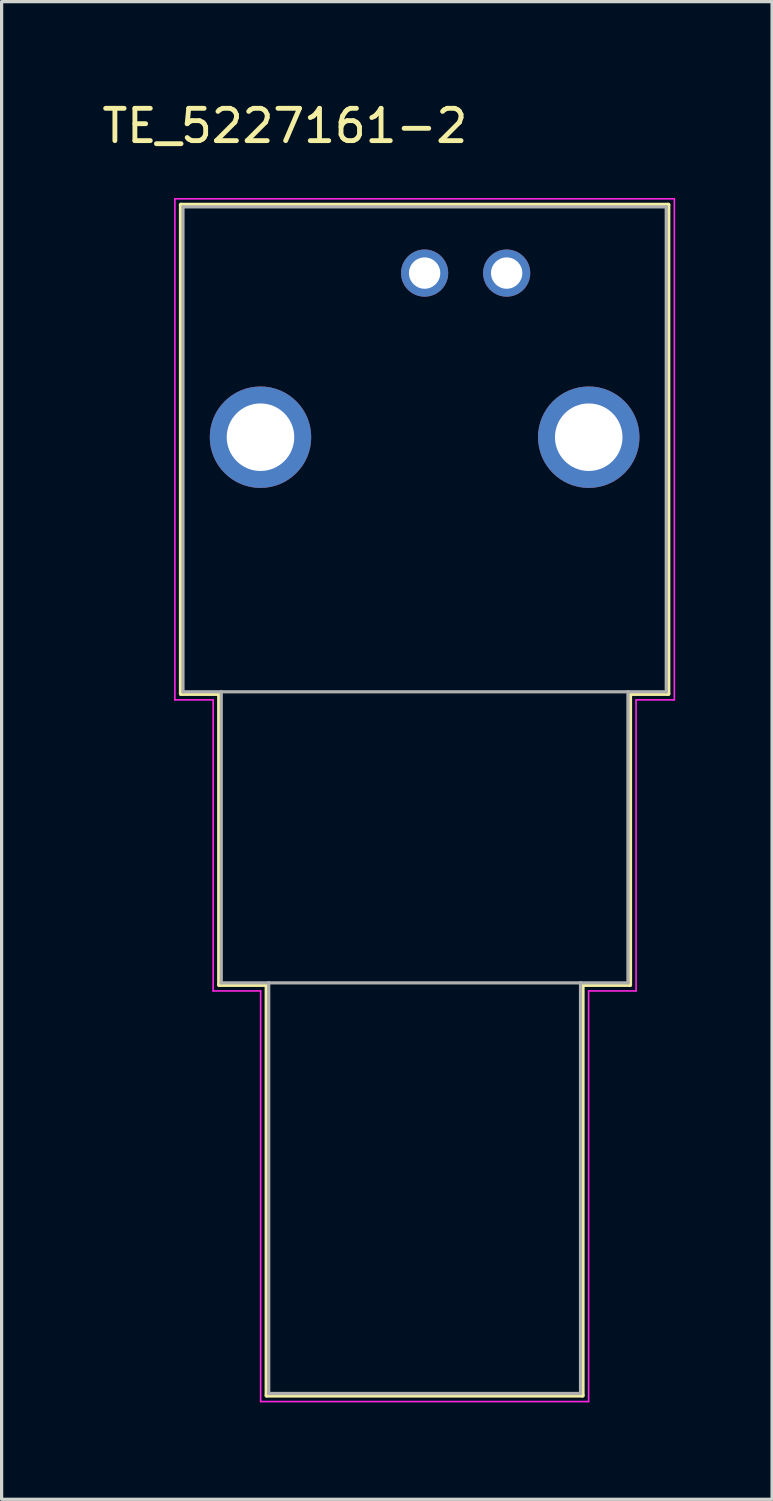
<source format=kicad_pcb>
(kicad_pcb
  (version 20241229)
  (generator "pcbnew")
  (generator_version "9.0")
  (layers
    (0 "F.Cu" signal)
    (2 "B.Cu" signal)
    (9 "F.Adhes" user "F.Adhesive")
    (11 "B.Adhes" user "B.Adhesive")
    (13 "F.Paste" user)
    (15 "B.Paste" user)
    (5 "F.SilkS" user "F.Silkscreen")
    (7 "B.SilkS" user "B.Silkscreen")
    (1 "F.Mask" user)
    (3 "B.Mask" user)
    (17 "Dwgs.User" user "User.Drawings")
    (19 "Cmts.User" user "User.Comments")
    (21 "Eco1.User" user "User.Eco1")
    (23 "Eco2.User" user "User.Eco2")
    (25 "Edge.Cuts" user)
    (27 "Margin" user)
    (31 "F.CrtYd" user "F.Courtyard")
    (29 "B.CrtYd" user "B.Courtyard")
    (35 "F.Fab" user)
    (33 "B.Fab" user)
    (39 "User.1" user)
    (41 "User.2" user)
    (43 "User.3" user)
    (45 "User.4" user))
  (footprint "TE_5227161-2"
    (layer "F.Cu")
    (at 10.093 10.483)
    (property "Reference" "TE_5227161-2" (at -4.325 -9.635 0) (layer "F.SilkS") (effects (font (size 1 1) (thickness 0.15))))
    (attr through_hole)
    (fp_line (start -7.543 -7.194) (end 7.543 -7.194) (stroke (width 0.127) (type solid)) (layer "F.SilkS"))
    (fp_line (start -7.543 7.944) (end -7.543 -7.194) (stroke (width 0.127) (type solid)) (layer "F.SilkS"))
    (fp_line (start -6.359 7.944) (end -7.543 7.944) (stroke (width 0.127) (type solid)) (layer "F.SilkS"))
    (fp_line (start -6.359 16.953) (end -6.359 7.944) (stroke (width 0.127) (type solid)) (layer "F.SilkS"))
    (fp_line (start -4.889 16.953) (end -6.359 16.953) (stroke (width 0.127) (type solid)) (layer "F.SilkS"))
    (fp_line (start -4.889 29.663) (end -4.889 16.953) (stroke (width 0.127) (type solid)) (layer "F.SilkS"))
    (fp_line (start 4.889 16.953) (end 4.889 29.663) (stroke (width 0.127) (type solid)) (layer "F.SilkS"))
    (fp_line (start 4.889 29.663) (end -4.889 29.663) (stroke (width 0.127) (type solid)) (layer "F.SilkS"))
    (fp_line (start 6.359 7.944) (end 6.359 16.953) (stroke (width 0.127) (type solid)) (layer "F.SilkS"))
    (fp_line (start 6.359 16.953) (end 4.889 16.953) (stroke (width 0.127) (type solid)) (layer "F.SilkS"))
    (fp_line (start 7.543 -7.194) (end 7.543 7.944) (stroke (width 0.127) (type solid)) (layer "F.SilkS"))
    (fp_line (start 7.543 7.944) (end 6.359 7.944) (stroke (width 0.127) (type solid)) (layer "F.SilkS"))
    (fp_line (start -7.73 -7.38) (end 7.73 -7.38) (stroke (width 0.05) (type solid)) (layer "F.CrtYd"))
    (fp_line (start -7.73 8.13) (end -7.73 -7.38) (stroke (width 0.05) (type solid)) (layer "F.CrtYd"))
    (fp_line (start -6.545 8.13) (end -7.73 8.13) (stroke (width 0.05) (type solid)) (layer "F.CrtYd"))
    (fp_line (start -6.545 17.14) (end -6.545 8.13) (stroke (width 0.05) (type solid)) (layer "F.CrtYd"))
    (fp_line (start -5.076 17.14) (end -6.545 17.14) (stroke (width 0.05) (type solid)) (layer "F.CrtYd"))
    (fp_line (start -5.076 29.85) (end -5.076 17.14) (stroke (width 0.05) (type solid)) (layer "F.CrtYd"))
    (fp_line (start 5.076 17.14) (end 5.076 29.85) (stroke (width 0.05) (type solid)) (layer "F.CrtYd"))
    (fp_line (start 5.076 29.85) (end -5.076 29.85) (stroke (width 0.05) (type solid)) (layer "F.CrtYd"))
    (fp_line (start 6.545 8.13) (end 6.545 17.14) (stroke (width 0.05) (type solid)) (layer "F.CrtYd"))
    (fp_line (start 6.545 17.14) (end 5.076 17.14) (stroke (width 0.05) (type solid)) (layer "F.CrtYd"))
    (fp_line (start 7.73 -7.38) (end 7.73 8.13) (stroke (width 0.05) (type solid)) (layer "F.CrtYd"))
    (fp_line (start 7.73 8.13) (end 6.545 8.13) (stroke (width 0.05) (type solid)) (layer "F.CrtYd"))
    (fp_line (start -7.48 -7.13) (end -7.48 7.88) (stroke (width 0.1) (type solid)) (layer "F.Fab"))
    (fp_line (start -7.48 -7.13) (end 7.48 -7.13) (stroke (width 0.1) (type solid)) (layer "F.Fab"))
    (fp_line (start -7.48 7.88) (end -6.295 7.88) (stroke (width 0.1) (type solid)) (layer "F.Fab"))
    (fp_line (start -6.295 7.88) (end -6.295 16.89) (stroke (width 0.1) (type solid)) (layer "F.Fab"))
    (fp_line (start -6.295 7.88) (end 6.295 7.88) (stroke (width 0.1) (type solid)) (layer "F.Fab"))
    (fp_line (start -6.295 16.89) (end -4.826 16.89) (stroke (width 0.1) (type solid)) (layer "F.Fab"))
    (fp_line (start -4.826 16.89) (end -4.826 29.6) (stroke (width 0.1) (type solid)) (layer "F.Fab"))
    (fp_line (start -4.826 16.89) (end 4.826 16.89) (stroke (width 0.1) (type solid)) (layer "F.Fab"))
    (fp_line (start -4.826 29.6) (end 4.826 29.6) (stroke (width 0.1) (type solid)) (layer "F.Fab"))
    (fp_line (start 4.826 16.89) (end 4.826 29.6) (stroke (width 0.1) (type solid)) (layer "F.Fab"))
    (fp_line (start 4.826 16.89) (end 6.295 16.89) (stroke (width 0.1) (type solid)) (layer "F.Fab"))
    (fp_line (start 6.295 7.88) (end 6.295 16.89) (stroke (width 0.1) (type solid)) (layer "F.Fab"))
    (fp_line (start 6.295 7.88) (end 7.48 7.88) (stroke (width 0.1) (type solid)) (layer "F.Fab"))
    (fp_line (start 7.48 -7.13) (end 7.48 7.88) (stroke (width 0.1) (type solid)) (layer "F.Fab"))
    (pad "1" thru_hole circle (at 0 -5.08) (size 1.46 1.46) (drill 0.97) (layers "*.Cu" "*.Mask"))
    (pad "2" thru_hole circle (at 2.54 -5.08) (size 1.46 1.46) (drill 0.97) (layers "*.Cu" "*.Mask"))
    (pad "3" thru_hole circle (at -5.08 0) (size 3.14 3.14) (drill 2.09) (layers "*.Cu" "*.Mask"))
    (pad "4" thru_hole circle (at 5.08 0) (size 3.14 3.14) (drill 2.09) (layers "*.Cu" "*.Mask")))
  (gr_rect
    (start -3 -3)
    (end 20.848 43.358)
    (stroke (width 0.1) (type default))
    (fill no)
    (layer "Edge.Cuts")))
</source>
